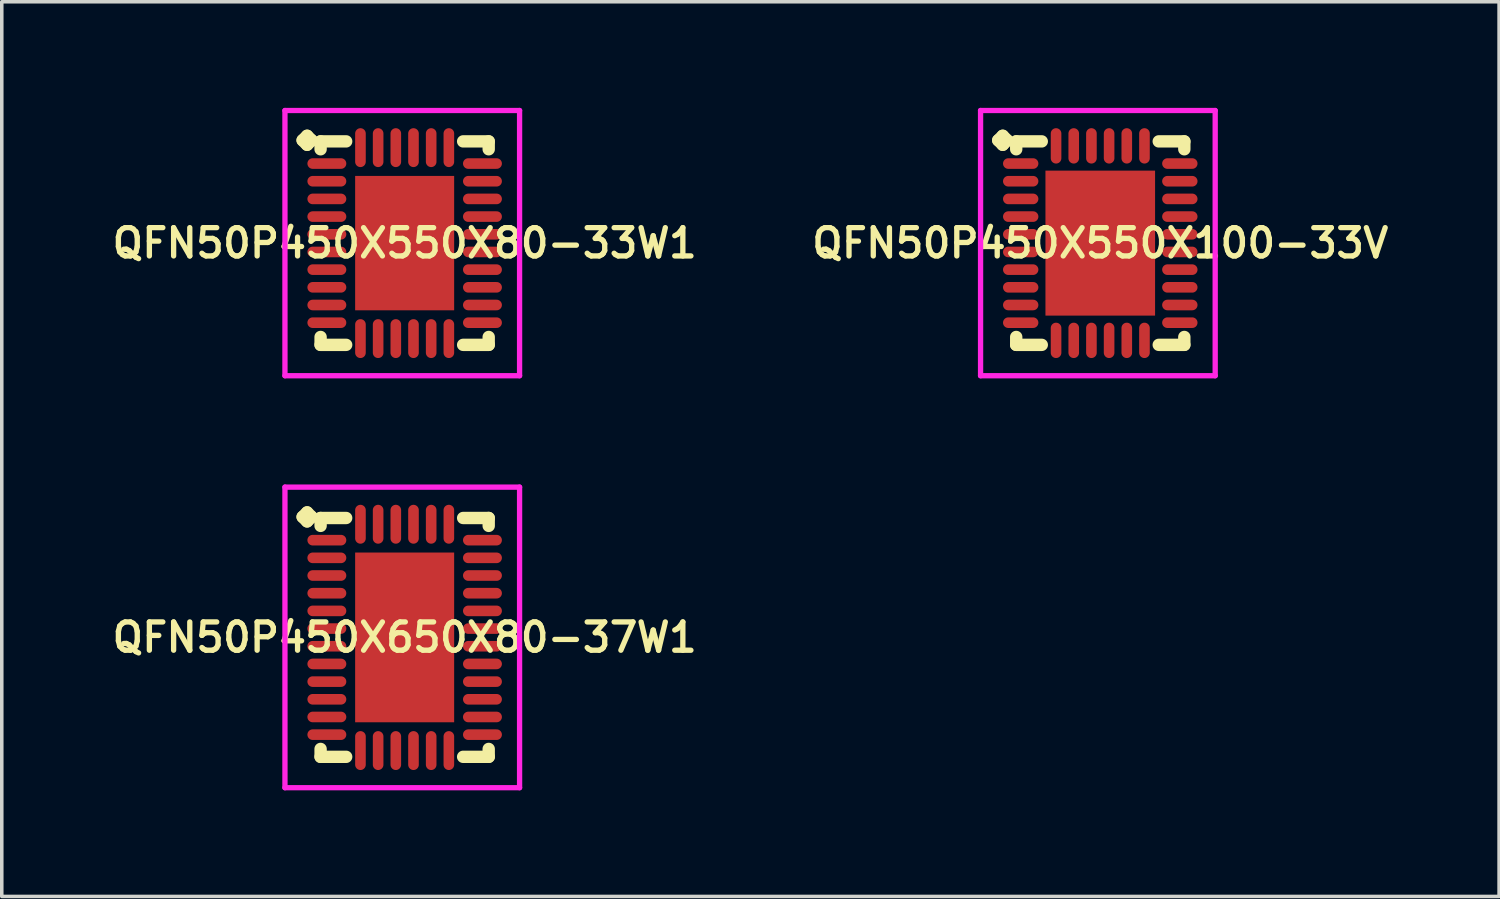
<source format=kicad_pcb>
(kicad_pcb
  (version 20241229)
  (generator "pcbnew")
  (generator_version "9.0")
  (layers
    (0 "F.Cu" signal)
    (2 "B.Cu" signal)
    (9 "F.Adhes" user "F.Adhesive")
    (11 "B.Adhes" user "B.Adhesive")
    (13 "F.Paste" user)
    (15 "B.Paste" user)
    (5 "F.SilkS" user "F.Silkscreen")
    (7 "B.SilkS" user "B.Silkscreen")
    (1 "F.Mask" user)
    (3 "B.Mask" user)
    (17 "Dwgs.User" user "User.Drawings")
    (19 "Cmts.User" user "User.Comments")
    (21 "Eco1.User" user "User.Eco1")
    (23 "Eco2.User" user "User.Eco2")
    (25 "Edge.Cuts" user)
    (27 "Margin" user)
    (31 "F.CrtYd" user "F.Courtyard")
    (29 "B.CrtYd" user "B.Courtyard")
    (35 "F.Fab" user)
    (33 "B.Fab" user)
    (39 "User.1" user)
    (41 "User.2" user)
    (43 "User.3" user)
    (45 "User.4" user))
  (footprint "QFN50P450X650X80-37W1"
    (layer "F.Cu")
    (at 8.393 14.975)
    (property "Reference" "QFN50P450X650X80-37W1" (at 0 0 0) (layer "F.SilkS") (effects (font (size 0.8 0.8) (thickness 0.15))))
    (attr smd)
    (fp_line (start -2.885 -3.408) (end -2.758 -3.535) (stroke (width 0.35) (type solid)) (layer "F.SilkS"))
    (fp_line (start -2.758 -3.535) (end -2.631 -3.408) (stroke (width 0.35) (type solid)) (layer "F.SilkS"))
    (fp_line (start -2.758 -3.281) (end -2.885 -3.408) (stroke (width 0.35) (type solid)) (layer "F.SilkS"))
    (fp_line (start -2.631 -3.408) (end -2.758 -3.281) (stroke (width 0.35) (type solid)) (layer "F.SilkS"))
    (fp_line (start -2.377 -3.377) (end -1.654 -3.377) (stroke (width 0.35) (type solid)) (layer "F.SilkS"))
    (fp_line (start -2.377 -3.154) (end -2.377 -3.377) (stroke (width 0.35) (type solid)) (layer "F.SilkS"))
    (fp_line (start -2.377 3.154) (end -2.377 3.377) (stroke (width 0.35) (type solid)) (layer "F.SilkS"))
    (fp_line (start -2.377 3.377) (end -1.654 3.377) (stroke (width 0.35) (type solid)) (layer "F.SilkS"))
    (fp_line (start 1.654 -3.377) (end 2.377 -3.377) (stroke (width 0.35) (type solid)) (layer "F.SilkS"))
    (fp_line (start 1.654 3.377) (end 2.377 3.377) (stroke (width 0.35) (type solid)) (layer "F.SilkS"))
    (fp_line (start 2.377 -3.377) (end 2.377 -3.154) (stroke (width 0.35) (type solid)) (layer "F.SilkS"))
    (fp_line (start 2.377 3.377) (end 2.377 3.154) (stroke (width 0.35) (type solid)) (layer "F.SilkS"))
    (fp_line (start -3.385 -4.25) (end 3.25 -4.25) (stroke (width 0.15) (type solid)) (layer "F.CrtYd"))
    (fp_line (start -3.385 4.25) (end -3.385 -4.25) (stroke (width 0.15) (type solid)) (layer "F.CrtYd"))
    (fp_line (start 3.25 -4.25) (end 3.25 4.25) (stroke (width 0.15) (type solid)) (layer "F.CrtYd"))
    (fp_line (start 3.25 4.25) (end -3.385 4.25) (stroke (width 0.15) (type solid)) (layer "F.CrtYd"))
    (pad "1" smd oval (at -2.2 -2.75) (size 1.1 0.3) (layers "F.Cu" "F.Mask" "F.Paste"))
    (pad "2" smd oval (at -2.2 -2.25) (size 1.1 0.3) (layers "F.Cu" "F.Mask" "F.Paste"))
    (pad "3" smd oval (at -2.2 -1.75) (size 1.1 0.3) (layers "F.Cu" "F.Mask" "F.Paste"))
    (pad "4" smd oval (at -2.2 -1.25) (size 1.1 0.3) (layers "F.Cu" "F.Mask" "F.Paste"))
    (pad "5" smd oval (at -2.2 -0.75) (size 1.1 0.3) (layers "F.Cu" "F.Mask" "F.Paste"))
    (pad "6" smd oval (at -2.2 -0.25) (size 1.1 0.3) (layers "F.Cu" "F.Mask" "F.Paste"))
    (pad "7" smd oval (at -2.2 0.25) (size 1.1 0.3) (layers "F.Cu" "F.Mask" "F.Paste"))
    (pad "8" smd oval (at -2.2 0.75) (size 1.1 0.3) (layers "F.Cu" "F.Mask" "F.Paste"))
    (pad "9" smd oval (at -2.2 1.25) (size 1.1 0.3) (layers "F.Cu" "F.Mask" "F.Paste"))
    (pad "10" smd oval (at -2.2 1.75) (size 1.1 0.3) (layers "F.Cu" "F.Mask" "F.Paste"))
    (pad "11" smd oval (at -2.2 2.25) (size 1.1 0.3) (layers "F.Cu" "F.Mask" "F.Paste"))
    (pad "12" smd oval (at -2.2 2.75) (size 1.1 0.3) (layers "F.Cu" "F.Mask" "F.Paste"))
    (pad "13" smd oval (at -1.25 3.2) (size 0.3 1.1) (layers "F.Cu" "F.Mask" "F.Paste"))
    (pad "14" smd oval (at -0.75 3.2) (size 0.3 1.1) (layers "F.Cu" "F.Mask" "F.Paste"))
    (pad "15" smd oval (at -0.25 3.2) (size 0.3 1.1) (layers "F.Cu" "F.Mask" "F.Paste"))
    (pad "16" smd oval (at 0.25 3.2) (size 0.3 1.1) (layers "F.Cu" "F.Mask" "F.Paste"))
    (pad "17" smd oval (at 0.75 3.2) (size 0.3 1.1) (layers "F.Cu" "F.Mask" "F.Paste"))
    (pad "18" smd oval (at 1.25 3.2) (size 0.3 1.1) (layers "F.Cu" "F.Mask" "F.Paste"))
    (pad "19" smd oval (at 2.2 2.75) (size 1.1 0.3) (layers "F.Cu" "F.Mask" "F.Paste"))
    (pad "20" smd oval (at 2.2 2.25) (size 1.1 0.3) (layers "F.Cu" "F.Mask" "F.Paste"))
    (pad "21" smd oval (at 2.2 1.75) (size 1.1 0.3) (layers "F.Cu" "F.Mask" "F.Paste"))
    (pad "22" smd oval (at 2.2 1.25) (size 1.1 0.3) (layers "F.Cu" "F.Mask" "F.Paste"))
    (pad "23" smd oval (at 2.2 0.75) (size 1.1 0.3) (layers "F.Cu" "F.Mask" "F.Paste"))
    (pad "24" smd oval (at 2.2 0.25) (size 1.1 0.3) (layers "F.Cu" "F.Mask" "F.Paste"))
    (pad "25" smd oval (at 2.2 -0.25) (size 1.1 0.3) (layers "F.Cu" "F.Mask" "F.Paste"))
    (pad "26" smd oval (at 2.2 -0.75) (size 1.1 0.3) (layers "F.Cu" "F.Mask" "F.Paste"))
    (pad "27" smd oval (at 2.2 -1.25) (size 1.1 0.3) (layers "F.Cu" "F.Mask" "F.Paste"))
    (pad "28" smd oval (at 2.2 -1.75) (size 1.1 0.3) (layers "F.Cu" "F.Mask" "F.Paste"))
    (pad "29" smd oval (at 2.2 -2.25) (size 1.1 0.3) (layers "F.Cu" "F.Mask" "F.Paste"))
    (pad "30" smd oval (at 2.2 -2.75) (size 1.1 0.3) (layers "F.Cu" "F.Mask" "F.Paste"))
    (pad "31" smd oval (at 1.25 -3.2) (size 0.3 1.1) (layers "F.Cu" "F.Mask" "F.Paste"))
    (pad "32" smd oval (at 0.75 -3.2) (size 0.3 1.1) (layers "F.Cu" "F.Mask" "F.Paste"))
    (pad "33" smd oval (at 0.25 -3.2) (size 0.3 1.1) (layers "F.Cu" "F.Mask" "F.Paste"))
    (pad "34" smd oval (at -0.25 -3.2) (size 0.3 1.1) (layers "F.Cu" "F.Mask" "F.Paste"))
    (pad "35" smd oval (at -0.75 -3.2) (size 0.3 1.1) (layers "F.Cu" "F.Mask" "F.Paste"))
    (pad "36" smd oval (at -1.25 -3.2) (size 0.3 1.1) (layers "F.Cu" "F.Mask" "F.Paste"))
    (pad "37" smd rect (at 0 0) (size 2.8 4.8) (layers "F.Cu" "F.Mask" "F.Paste")))
  (footprint "QFN50P450X550X100-33V"
    (layer "F.Cu")
    (at 28.064 3.825)
    (property "Reference" "QFN50P450X550X100-33V" (at 0 0 0) (layer "F.SilkS") (effects (font (size 0.8 0.8) (thickness 0.15))))
    (attr smd)
    (fp_line (start -2.885 -2.908) (end -2.758 -3.035) (stroke (width 0.35) (type solid)) (layer "F.SilkS"))
    (fp_line (start -2.758 -3.035) (end -2.631 -2.908) (stroke (width 0.35) (type solid)) (layer "F.SilkS"))
    (fp_line (start -2.758 -2.781) (end -2.885 -2.908) (stroke (width 0.35) (type solid)) (layer "F.SilkS"))
    (fp_line (start -2.631 -2.908) (end -2.758 -2.781) (stroke (width 0.35) (type solid)) (layer "F.SilkS"))
    (fp_line (start -2.377 -2.877) (end -1.654 -2.877) (stroke (width 0.35) (type solid)) (layer "F.SilkS"))
    (fp_line (start -2.377 -2.654) (end -2.377 -2.877) (stroke (width 0.35) (type solid)) (layer "F.SilkS"))
    (fp_line (start -2.377 2.654) (end -2.377 2.877) (stroke (width 0.35) (type solid)) (layer "F.SilkS"))
    (fp_line (start -2.377 2.877) (end -1.654 2.877) (stroke (width 0.35) (type solid)) (layer "F.SilkS"))
    (fp_line (start 1.654 -2.877) (end 2.377 -2.877) (stroke (width 0.35) (type solid)) (layer "F.SilkS"))
    (fp_line (start 1.654 2.877) (end 2.377 2.877) (stroke (width 0.35) (type solid)) (layer "F.SilkS"))
    (fp_line (start 2.377 -2.877) (end 2.377 -2.654) (stroke (width 0.35) (type solid)) (layer "F.SilkS"))
    (fp_line (start 2.377 2.877) (end 2.377 2.654) (stroke (width 0.35) (type solid)) (layer "F.SilkS"))
    (fp_line (start -3.385 -3.75) (end 3.25 -3.75) (stroke (width 0.15) (type solid)) (layer "F.CrtYd"))
    (fp_line (start -3.385 3.75) (end -3.385 -3.75) (stroke (width 0.15) (type solid)) (layer "F.CrtYd"))
    (fp_line (start 3.25 -3.75) (end 3.25 3.75) (stroke (width 0.15) (type solid)) (layer "F.CrtYd"))
    (fp_line (start 3.25 3.75) (end -3.385 3.75) (stroke (width 0.15) (type solid)) (layer "F.CrtYd"))
    (pad "1" smd oval (at -2.25 -2.25) (size 1 0.3) (layers "F.Cu" "F.Mask" "F.Paste"))
    (pad "2" smd oval (at -2.25 -1.75) (size 1 0.3) (layers "F.Cu" "F.Mask" "F.Paste"))
    (pad "3" smd oval (at -2.25 -1.25) (size 1 0.3) (layers "F.Cu" "F.Mask" "F.Paste"))
    (pad "4" smd oval (at -2.25 -0.75) (size 1 0.3) (layers "F.Cu" "F.Mask" "F.Paste"))
    (pad "5" smd oval (at -2.25 -0.25) (size 1 0.3) (layers "F.Cu" "F.Mask" "F.Paste"))
    (pad "6" smd oval (at -2.25 0.25) (size 1 0.3) (layers "F.Cu" "F.Mask" "F.Paste"))
    (pad "7" smd oval (at -2.25 0.75) (size 1 0.3) (layers "F.Cu" "F.Mask" "F.Paste"))
    (pad "8" smd oval (at -2.25 1.25) (size 1 0.3) (layers "F.Cu" "F.Mask" "F.Paste"))
    (pad "9" smd oval (at -2.25 1.75) (size 1 0.3) (layers "F.Cu" "F.Mask" "F.Paste"))
    (pad "10" smd oval (at -2.25 2.25) (size 1 0.3) (layers "F.Cu" "F.Mask" "F.Paste"))
    (pad "11" smd oval (at -1.25 2.75) (size 0.3 1) (layers "F.Cu" "F.Mask" "F.Paste"))
    (pad "12" smd oval (at -0.75 2.75) (size 0.3 1) (layers "F.Cu" "F.Mask" "F.Paste"))
    (pad "13" smd oval (at -0.25 2.75) (size 0.3 1) (layers "F.Cu" "F.Mask" "F.Paste"))
    (pad "14" smd oval (at 0.25 2.75) (size 0.3 1) (layers "F.Cu" "F.Mask" "F.Paste"))
    (pad "15" smd oval (at 0.75 2.75) (size 0.3 1) (layers "F.Cu" "F.Mask" "F.Paste"))
    (pad "16" smd oval (at 1.25 2.75) (size 0.3 1) (layers "F.Cu" "F.Mask" "F.Paste"))
    (pad "17" smd oval (at 2.25 2.25) (size 1 0.3) (layers "F.Cu" "F.Mask" "F.Paste"))
    (pad "18" smd oval (at 2.25 1.75) (size 1 0.3) (layers "F.Cu" "F.Mask" "F.Paste"))
    (pad "19" smd oval (at 2.25 1.25) (size 1 0.3) (layers "F.Cu" "F.Mask" "F.Paste"))
    (pad "20" smd oval (at 2.25 0.75) (size 1 0.3) (layers "F.Cu" "F.Mask" "F.Paste"))
    (pad "21" smd oval (at 2.25 0.25) (size 1 0.3) (layers "F.Cu" "F.Mask" "F.Paste"))
    (pad "22" smd oval (at 2.25 -0.25) (size 1 0.3) (layers "F.Cu" "F.Mask" "F.Paste"))
    (pad "23" smd oval (at 2.25 -0.75) (size 1 0.3) (layers "F.Cu" "F.Mask" "F.Paste"))
    (pad "24" smd oval (at 2.25 -1.25) (size 1 0.3) (layers "F.Cu" "F.Mask" "F.Paste"))
    (pad "25" smd oval (at 2.25 -1.75) (size 1 0.3) (layers "F.Cu" "F.Mask" "F.Paste"))
    (pad "26" smd oval (at 2.25 -2.25) (size 1 0.3) (layers "F.Cu" "F.Mask" "F.Paste"))
    (pad "27" smd oval (at 1.25 -2.75) (size 0.3 1) (layers "F.Cu" "F.Mask" "F.Paste"))
    (pad "28" smd oval (at 0.75 -2.75) (size 0.3 1) (layers "F.Cu" "F.Mask" "F.Paste"))
    (pad "29" smd oval (at 0.25 -2.75) (size 0.3 1) (layers "F.Cu" "F.Mask" "F.Paste"))
    (pad "30" smd oval (at -0.25 -2.75) (size 0.3 1) (layers "F.Cu" "F.Mask" "F.Paste"))
    (pad "31" smd oval (at -0.75 -2.75) (size 0.3 1) (layers "F.Cu" "F.Mask" "F.Paste"))
    (pad "32" smd oval (at -1.25 -2.75) (size 0.3 1) (layers "F.Cu" "F.Mask" "F.Paste"))
    (pad "33" smd rect (at 0 0) (size 3.1 4.1) (layers "F.Cu" "F.Mask" "F.Paste")))
  (footprint "QFN50P450X550X80-33W1"
    (layer "F.Cu")
    (at 8.393 3.825)
    (property "Reference" "QFN50P450X550X80-33W1" (at 0 0 0) (layer "F.SilkS") (effects (font (size 0.8 0.8) (thickness 0.15))))
    (attr smd)
    (fp_line (start -2.885 -2.908) (end -2.758 -3.035) (stroke (width 0.35) (type solid)) (layer "F.SilkS"))
    (fp_line (start -2.758 -3.035) (end -2.631 -2.908) (stroke (width 0.35) (type solid)) (layer "F.SilkS"))
    (fp_line (start -2.758 -2.781) (end -2.885 -2.908) (stroke (width 0.35) (type solid)) (layer "F.SilkS"))
    (fp_line (start -2.631 -2.908) (end -2.758 -2.781) (stroke (width 0.35) (type solid)) (layer "F.SilkS"))
    (fp_line (start -2.377 -2.877) (end -1.654 -2.877) (stroke (width 0.35) (type solid)) (layer "F.SilkS"))
    (fp_line (start -2.377 -2.654) (end -2.377 -2.877) (stroke (width 0.35) (type solid)) (layer "F.SilkS"))
    (fp_line (start -2.377 2.654) (end -2.377 2.877) (stroke (width 0.35) (type solid)) (layer "F.SilkS"))
    (fp_line (start -2.377 2.877) (end -1.654 2.877) (stroke (width 0.35) (type solid)) (layer "F.SilkS"))
    (fp_line (start 1.654 -2.877) (end 2.377 -2.877) (stroke (width 0.35) (type solid)) (layer "F.SilkS"))
    (fp_line (start 1.654 2.877) (end 2.377 2.877) (stroke (width 0.35) (type solid)) (layer "F.SilkS"))
    (fp_line (start 2.377 -2.877) (end 2.377 -2.654) (stroke (width 0.35) (type solid)) (layer "F.SilkS"))
    (fp_line (start 2.377 2.877) (end 2.377 2.654) (stroke (width 0.35) (type solid)) (layer "F.SilkS"))
    (fp_line (start -3.385 -3.75) (end 3.25 -3.75) (stroke (width 0.15) (type solid)) (layer "F.CrtYd"))
    (fp_line (start -3.385 3.75) (end -3.385 -3.75) (stroke (width 0.15) (type solid)) (layer "F.CrtYd"))
    (fp_line (start 3.25 -3.75) (end 3.25 3.75) (stroke (width 0.15) (type solid)) (layer "F.CrtYd"))
    (fp_line (start 3.25 3.75) (end -3.385 3.75) (stroke (width 0.15) (type solid)) (layer "F.CrtYd"))
    (pad "1" smd oval (at -2.2 -2.25) (size 1.1 0.3) (layers "F.Cu" "F.Mask" "F.Paste"))
    (pad "2" smd oval (at -2.2 -1.75) (size 1.1 0.3) (layers "F.Cu" "F.Mask" "F.Paste"))
    (pad "3" smd oval (at -2.2 -1.25) (size 1.1 0.3) (layers "F.Cu" "F.Mask" "F.Paste"))
    (pad "4" smd oval (at -2.2 -0.75) (size 1.1 0.3) (layers "F.Cu" "F.Mask" "F.Paste"))
    (pad "5" smd oval (at -2.2 -0.25) (size 1.1 0.3) (layers "F.Cu" "F.Mask" "F.Paste"))
    (pad "6" smd oval (at -2.2 0.25) (size 1.1 0.3) (layers "F.Cu" "F.Mask" "F.Paste"))
    (pad "7" smd oval (at -2.2 0.75) (size 1.1 0.3) (layers "F.Cu" "F.Mask" "F.Paste"))
    (pad "8" smd oval (at -2.2 1.25) (size 1.1 0.3) (layers "F.Cu" "F.Mask" "F.Paste"))
    (pad "9" smd oval (at -2.2 1.75) (size 1.1 0.3) (layers "F.Cu" "F.Mask" "F.Paste"))
    (pad "10" smd oval (at -2.2 2.25) (size 1.1 0.3) (layers "F.Cu" "F.Mask" "F.Paste"))
    (pad "11" smd oval (at -1.25 2.7) (size 0.3 1.1) (layers "F.Cu" "F.Mask" "F.Paste"))
    (pad "12" smd oval (at -0.75 2.7) (size 0.3 1.1) (layers "F.Cu" "F.Mask" "F.Paste"))
    (pad "13" smd oval (at -0.25 2.7) (size 0.3 1.1) (layers "F.Cu" "F.Mask" "F.Paste"))
    (pad "14" smd oval (at 0.25 2.7) (size 0.3 1.1) (layers "F.Cu" "F.Mask" "F.Paste"))
    (pad "15" smd oval (at 0.75 2.7) (size 0.3 1.1) (layers "F.Cu" "F.Mask" "F.Paste"))
    (pad "16" smd oval (at 1.25 2.7) (size 0.3 1.1) (layers "F.Cu" "F.Mask" "F.Paste"))
    (pad "17" smd oval (at 2.2 2.25) (size 1.1 0.3) (layers "F.Cu" "F.Mask" "F.Paste"))
    (pad "18" smd oval (at 2.2 1.75) (size 1.1 0.3) (layers "F.Cu" "F.Mask" "F.Paste"))
    (pad "19" smd oval (at 2.2 1.25) (size 1.1 0.3) (layers "F.Cu" "F.Mask" "F.Paste"))
    (pad "20" smd oval (at 2.2 0.75) (size 1.1 0.3) (layers "F.Cu" "F.Mask" "F.Paste"))
    (pad "21" smd oval (at 2.2 0.25) (size 1.1 0.3) (layers "F.Cu" "F.Mask" "F.Paste"))
    (pad "22" smd oval (at 2.2 -0.25) (size 1.1 0.3) (layers "F.Cu" "F.Mask" "F.Paste"))
    (pad "23" smd oval (at 2.2 -0.75) (size 1.1 0.3) (layers "F.Cu" "F.Mask" "F.Paste"))
    (pad "24" smd oval (at 2.2 -1.25) (size 1.1 0.3) (layers "F.Cu" "F.Mask" "F.Paste"))
    (pad "25" smd oval (at 2.2 -1.75) (size 1.1 0.3) (layers "F.Cu" "F.Mask" "F.Paste"))
    (pad "26" smd oval (at 2.2 -2.25) (size 1.1 0.3) (layers "F.Cu" "F.Mask" "F.Paste"))
    (pad "27" smd oval (at 1.25 -2.7) (size 0.3 1.1) (layers "F.Cu" "F.Mask" "F.Paste"))
    (pad "28" smd oval (at 0.75 -2.7) (size 0.3 1.1) (layers "F.Cu" "F.Mask" "F.Paste"))
    (pad "29" smd oval (at 0.25 -2.7) (size 0.3 1.1) (layers "F.Cu" "F.Mask" "F.Paste"))
    (pad "30" smd oval (at -0.25 -2.7) (size 0.3 1.1) (layers "F.Cu" "F.Mask" "F.Paste"))
    (pad "31" smd oval (at -0.75 -2.7) (size 0.3 1.1) (layers "F.Cu" "F.Mask" "F.Paste"))
    (pad "32" smd oval (at -1.25 -2.7) (size 0.3 1.1) (layers "F.Cu" "F.Mask" "F.Paste"))
    (pad "33" smd rect (at 0 0) (size 2.8 3.8) (layers "F.Cu" "F.Mask" "F.Paste")))
  (gr_rect
    (start -3 -3)
    (end 39.342 22.3)
    (stroke (width 0.1) (type default))
    (fill no)
    (layer "Edge.Cuts")))
</source>
